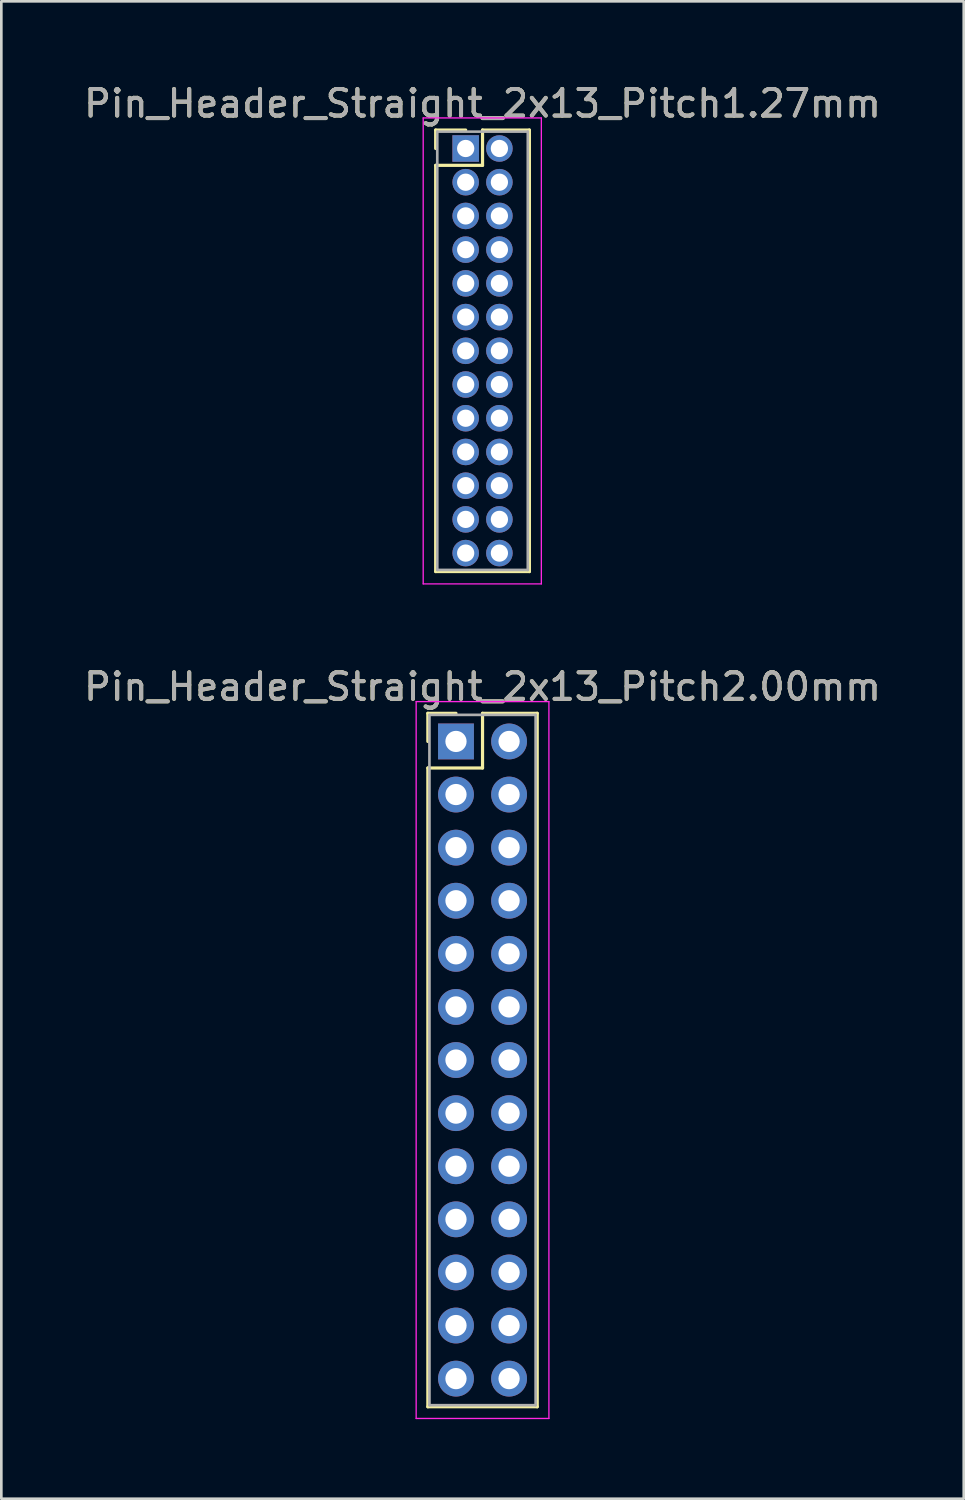
<source format=kicad_pcb>
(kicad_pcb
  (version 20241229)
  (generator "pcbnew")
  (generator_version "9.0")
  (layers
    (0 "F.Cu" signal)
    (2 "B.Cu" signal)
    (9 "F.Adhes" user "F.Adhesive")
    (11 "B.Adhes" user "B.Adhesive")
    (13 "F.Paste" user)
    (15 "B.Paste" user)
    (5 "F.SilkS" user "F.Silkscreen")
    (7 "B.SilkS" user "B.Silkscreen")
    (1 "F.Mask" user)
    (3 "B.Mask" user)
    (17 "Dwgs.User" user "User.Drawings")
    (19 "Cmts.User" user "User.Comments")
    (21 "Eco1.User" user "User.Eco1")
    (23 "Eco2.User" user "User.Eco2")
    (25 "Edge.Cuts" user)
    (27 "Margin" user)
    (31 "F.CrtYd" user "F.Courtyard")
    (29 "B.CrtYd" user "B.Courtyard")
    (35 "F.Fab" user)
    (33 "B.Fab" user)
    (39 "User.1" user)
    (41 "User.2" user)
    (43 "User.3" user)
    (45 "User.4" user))
  (footprint "Pin_Header_Straight_2x13_Pitch1.27mm"
    (layer "F.Cu")
    (at 14.49 2.543)
    (property "Reference" "Pin_Header_Straight_2x13_Pitch1.27mm" (at 0.635 -1.695 0) (layer "F.SilkS") (effects (font (size 1 1) (thickness 0.15))))
    (attr through_hole)
    (fp_line (start -1.13 -0.695) (end 0 -0.695) (stroke (width 0.12) (type solid)) (layer "F.SilkS"))
    (fp_line (start -1.13 0) (end -1.13 -0.695) (stroke (width 0.12) (type solid)) (layer "F.SilkS"))
    (fp_line (start -1.13 0.635) (end -1.13 15.935) (stroke (width 0.12) (type solid)) (layer "F.SilkS"))
    (fp_line (start -1.13 15.935) (end 2.4 15.935) (stroke (width 0.12) (type solid)) (layer "F.SilkS"))
    (fp_line (start 0.635 -0.695) (end 0.635 0.635) (stroke (width 0.12) (type solid)) (layer "F.SilkS"))
    (fp_line (start 0.635 0.635) (end -1.13 0.635) (stroke (width 0.12) (type solid)) (layer "F.SilkS"))
    (fp_line (start 2.4 -0.695) (end 0.635 -0.695) (stroke (width 0.12) (type solid)) (layer "F.SilkS"))
    (fp_line (start 2.4 15.935) (end 2.4 -0.695) (stroke (width 0.12) (type solid)) (layer "F.SilkS"))
    (fp_line (start -1.6 -1.15) (end -1.6 16.4) (stroke (width 0.05) (type solid)) (layer "F.CrtYd"))
    (fp_line (start -1.6 16.4) (end 2.85 16.4) (stroke (width 0.05) (type solid)) (layer "F.CrtYd"))
    (fp_line (start 2.85 -1.15) (end -1.6 -1.15) (stroke (width 0.05) (type solid)) (layer "F.CrtYd"))
    (fp_line (start 2.85 16.4) (end 2.85 -1.15) (stroke (width 0.05) (type solid)) (layer "F.CrtYd"))
    (fp_line (start -1.07 -0.635) (end -1.07 15.875) (stroke (width 0.1) (type solid)) (layer "F.Fab"))
    (fp_line (start -1.07 15.875) (end 2.34 15.875) (stroke (width 0.1) (type solid)) (layer "F.Fab"))
    (fp_line (start 2.34 -0.635) (end -1.07 -0.635) (stroke (width 0.1) (type solid)) (layer "F.Fab"))
    (fp_line (start 2.34 15.875) (end 2.34 -0.635) (stroke (width 0.1) (type solid)) (layer "F.Fab"))
    (fp_text user "${REFERENCE}" (at 0.635 -1.695 0) (layer "F.Fab") (effects (font (size 1 1) (thickness 0.15))))
    (pad "1" thru_hole rect (at 0 0) (size 1 1) (drill 0.65) (layers "*.Cu" "*.Mask"))
    (pad "2" thru_hole oval (at 1.27 0) (size 1 1) (drill 0.65) (layers "*.Cu" "*.Mask"))
    (pad "3" thru_hole oval (at 0 1.27) (size 1 1) (drill 0.65) (layers "*.Cu" "*.Mask"))
    (pad "4" thru_hole oval (at 1.27 1.27) (size 1 1) (drill 0.65) (layers "*.Cu" "*.Mask"))
    (pad "5" thru_hole oval (at 0 2.54) (size 1 1) (drill 0.65) (layers "*.Cu" "*.Mask"))
    (pad "6" thru_hole oval (at 1.27 2.54) (size 1 1) (drill 0.65) (layers "*.Cu" "*.Mask"))
    (pad "7" thru_hole oval (at 0 3.81) (size 1 1) (drill 0.65) (layers "*.Cu" "*.Mask"))
    (pad "8" thru_hole oval (at 1.27 3.81) (size 1 1) (drill 0.65) (layers "*.Cu" "*.Mask"))
    (pad "9" thru_hole oval (at 0 5.08) (size 1 1) (drill 0.65) (layers "*.Cu" "*.Mask"))
    (pad "10" thru_hole oval (at 1.27 5.08) (size 1 1) (drill 0.65) (layers "*.Cu" "*.Mask"))
    (pad "11" thru_hole oval (at 0 6.35) (size 1 1) (drill 0.65) (layers "*.Cu" "*.Mask"))
    (pad "12" thru_hole oval (at 1.27 6.35) (size 1 1) (drill 0.65) (layers "*.Cu" "*.Mask"))
    (pad "13" thru_hole oval (at 0 7.62) (size 1 1) (drill 0.65) (layers "*.Cu" "*.Mask"))
    (pad "14" thru_hole oval (at 1.27 7.62) (size 1 1) (drill 0.65) (layers "*.Cu" "*.Mask"))
    (pad "15" thru_hole oval (at 0 8.89) (size 1 1) (drill 0.65) (layers "*.Cu" "*.Mask"))
    (pad "16" thru_hole oval (at 1.27 8.89) (size 1 1) (drill 0.65) (layers "*.Cu" "*.Mask"))
    (pad "17" thru_hole oval (at 0 10.16) (size 1 1) (drill 0.65) (layers "*.Cu" "*.Mask"))
    (pad "18" thru_hole oval (at 1.27 10.16) (size 1 1) (drill 0.65) (layers "*.Cu" "*.Mask"))
    (pad "19" thru_hole oval (at 0 11.43) (size 1 1) (drill 0.65) (layers "*.Cu" "*.Mask"))
    (pad "20" thru_hole oval (at 1.27 11.43) (size 1 1) (drill 0.65) (layers "*.Cu" "*.Mask"))
    (pad "21" thru_hole oval (at 0 12.7) (size 1 1) (drill 0.65) (layers "*.Cu" "*.Mask"))
    (pad "22" thru_hole oval (at 1.27 12.7) (size 1 1) (drill 0.65) (layers "*.Cu" "*.Mask"))
    (pad "23" thru_hole oval (at 0 13.97) (size 1 1) (drill 0.65) (layers "*.Cu" "*.Mask"))
    (pad "24" thru_hole oval (at 1.27 13.97) (size 1 1) (drill 0.65) (layers "*.Cu" "*.Mask"))
    (pad "25" thru_hole oval (at 0 15.24) (size 1 1) (drill 0.65) (layers "*.Cu" "*.Mask"))
    (pad "26" thru_hole oval (at 1.27 15.24) (size 1 1) (drill 0.65) (layers "*.Cu" "*.Mask")))
  (footprint "Pin_Header_Straight_2x13_Pitch2.00mm"
    (layer "F.Cu")
    (at 14.125 24.877)
    (property "Reference" "Pin_Header_Straight_2x13_Pitch2.00mm" (at 1 -2.06 0) (layer "F.SilkS") (effects (font (size 1 1) (thickness 0.15))))
    (attr through_hole)
    (fp_line (start -1.06 -1.06) (end 0 -1.06) (stroke (width 0.12) (type solid)) (layer "F.SilkS"))
    (fp_line (start -1.06 0) (end -1.06 -1.06) (stroke (width 0.12) (type solid)) (layer "F.SilkS"))
    (fp_line (start -1.06 1) (end -1.06 25.06) (stroke (width 0.12) (type solid)) (layer "F.SilkS"))
    (fp_line (start -1.06 25.06) (end 3.06 25.06) (stroke (width 0.12) (type solid)) (layer "F.SilkS"))
    (fp_line (start 1 -1.06) (end 1 1) (stroke (width 0.12) (type solid)) (layer "F.SilkS"))
    (fp_line (start 1 1) (end -1.06 1) (stroke (width 0.12) (type solid)) (layer "F.SilkS"))
    (fp_line (start 3.06 -1.06) (end 1 -1.06) (stroke (width 0.12) (type solid)) (layer "F.SilkS"))
    (fp_line (start 3.06 25.06) (end 3.06 -1.06) (stroke (width 0.12) (type solid)) (layer "F.SilkS"))
    (fp_line (start -1.5 -1.5) (end -1.5 25.5) (stroke (width 0.05) (type solid)) (layer "F.CrtYd"))
    (fp_line (start -1.5 25.5) (end 3.5 25.5) (stroke (width 0.05) (type solid)) (layer "F.CrtYd"))
    (fp_line (start 3.5 -1.5) (end -1.5 -1.5) (stroke (width 0.05) (type solid)) (layer "F.CrtYd"))
    (fp_line (start 3.5 25.5) (end 3.5 -1.5) (stroke (width 0.05) (type solid)) (layer "F.CrtYd"))
    (fp_line (start -1 -1) (end -1 25) (stroke (width 0.1) (type solid)) (layer "F.Fab"))
    (fp_line (start -1 25) (end 3 25) (stroke (width 0.1) (type solid)) (layer "F.Fab"))
    (fp_line (start 3 -1) (end -1 -1) (stroke (width 0.1) (type solid)) (layer "F.Fab"))
    (fp_line (start 3 25) (end 3 -1) (stroke (width 0.1) (type solid)) (layer "F.Fab"))
    (fp_text user "${REFERENCE}" (at 1 -2.06 0) (layer "F.Fab") (effects (font (size 1 1) (thickness 0.15))))
    (pad "1" thru_hole rect (at 0 0) (size 1.35 1.35) (drill 0.8) (layers "*.Cu" "*.Mask"))
    (pad "2" thru_hole oval (at 2 0) (size 1.35 1.35) (drill 0.8) (layers "*.Cu" "*.Mask"))
    (pad "3" thru_hole oval (at 0 2) (size 1.35 1.35) (drill 0.8) (layers "*.Cu" "*.Mask"))
    (pad "4" thru_hole oval (at 2 2) (size 1.35 1.35) (drill 0.8) (layers "*.Cu" "*.Mask"))
    (pad "5" thru_hole oval (at 0 4) (size 1.35 1.35) (drill 0.8) (layers "*.Cu" "*.Mask"))
    (pad "6" thru_hole oval (at 2 4) (size 1.35 1.35) (drill 0.8) (layers "*.Cu" "*.Mask"))
    (pad "7" thru_hole oval (at 0 6) (size 1.35 1.35) (drill 0.8) (layers "*.Cu" "*.Mask"))
    (pad "8" thru_hole oval (at 2 6) (size 1.35 1.35) (drill 0.8) (layers "*.Cu" "*.Mask"))
    (pad "9" thru_hole oval (at 0 8) (size 1.35 1.35) (drill 0.8) (layers "*.Cu" "*.Mask"))
    (pad "10" thru_hole oval (at 2 8) (size 1.35 1.35) (drill 0.8) (layers "*.Cu" "*.Mask"))
    (pad "11" thru_hole oval (at 0 10) (size 1.35 1.35) (drill 0.8) (layers "*.Cu" "*.Mask"))
    (pad "12" thru_hole oval (at 2 10) (size 1.35 1.35) (drill 0.8) (layers "*.Cu" "*.Mask"))
    (pad "13" thru_hole oval (at 0 12) (size 1.35 1.35) (drill 0.8) (layers "*.Cu" "*.Mask"))
    (pad "14" thru_hole oval (at 2 12) (size 1.35 1.35) (drill 0.8) (layers "*.Cu" "*.Mask"))
    (pad "15" thru_hole oval (at 0 14) (size 1.35 1.35) (drill 0.8) (layers "*.Cu" "*.Mask"))
    (pad "16" thru_hole oval (at 2 14) (size 1.35 1.35) (drill 0.8) (layers "*.Cu" "*.Mask"))
    (pad "17" thru_hole oval (at 0 16) (size 1.35 1.35) (drill 0.8) (layers "*.Cu" "*.Mask"))
    (pad "18" thru_hole oval (at 2 16) (size 1.35 1.35) (drill 0.8) (layers "*.Cu" "*.Mask"))
    (pad "19" thru_hole oval (at 0 18) (size 1.35 1.35) (drill 0.8) (layers "*.Cu" "*.Mask"))
    (pad "20" thru_hole oval (at 2 18) (size 1.35 1.35) (drill 0.8) (layers "*.Cu" "*.Mask"))
    (pad "21" thru_hole oval (at 0 20) (size 1.35 1.35) (drill 0.8) (layers "*.Cu" "*.Mask"))
    (pad "22" thru_hole oval (at 2 20) (size 1.35 1.35) (drill 0.8) (layers "*.Cu" "*.Mask"))
    (pad "23" thru_hole oval (at 0 22) (size 1.35 1.35) (drill 0.8) (layers "*.Cu" "*.Mask"))
    (pad "24" thru_hole oval (at 2 22) (size 1.35 1.35) (drill 0.8) (layers "*.Cu" "*.Mask"))
    (pad "25" thru_hole oval (at 0 24) (size 1.35 1.35) (drill 0.8) (layers "*.Cu" "*.Mask"))
    (pad "26" thru_hole oval (at 2 24) (size 1.35 1.35) (drill 0.8) (layers "*.Cu" "*.Mask")))
  (gr_rect
    (start -3 -3)
    (end 33.25 53.401)
    (stroke (width 0.1) (type default))
    (fill no)
    (layer "Edge.Cuts")))
</source>
